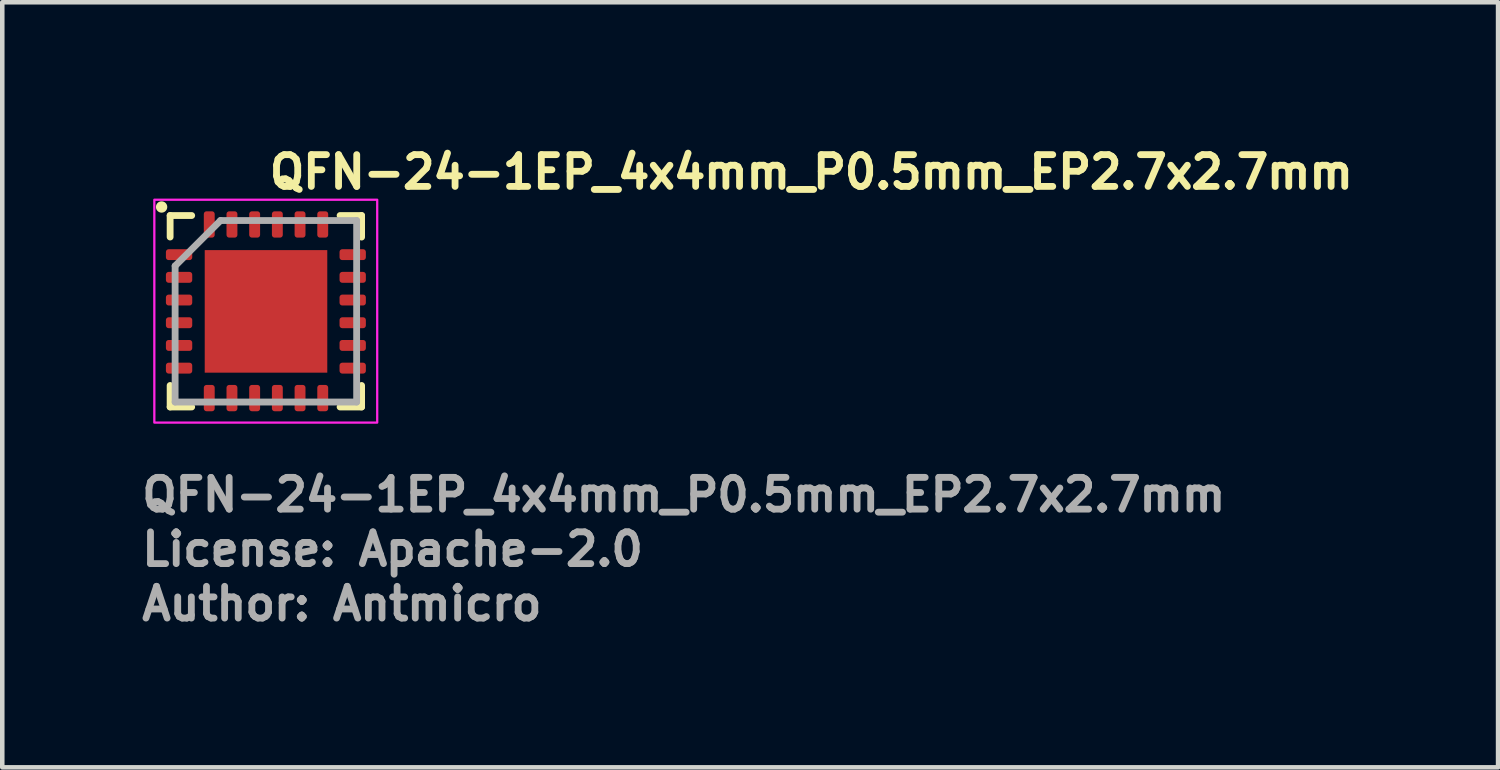
<source format=kicad_pcb>
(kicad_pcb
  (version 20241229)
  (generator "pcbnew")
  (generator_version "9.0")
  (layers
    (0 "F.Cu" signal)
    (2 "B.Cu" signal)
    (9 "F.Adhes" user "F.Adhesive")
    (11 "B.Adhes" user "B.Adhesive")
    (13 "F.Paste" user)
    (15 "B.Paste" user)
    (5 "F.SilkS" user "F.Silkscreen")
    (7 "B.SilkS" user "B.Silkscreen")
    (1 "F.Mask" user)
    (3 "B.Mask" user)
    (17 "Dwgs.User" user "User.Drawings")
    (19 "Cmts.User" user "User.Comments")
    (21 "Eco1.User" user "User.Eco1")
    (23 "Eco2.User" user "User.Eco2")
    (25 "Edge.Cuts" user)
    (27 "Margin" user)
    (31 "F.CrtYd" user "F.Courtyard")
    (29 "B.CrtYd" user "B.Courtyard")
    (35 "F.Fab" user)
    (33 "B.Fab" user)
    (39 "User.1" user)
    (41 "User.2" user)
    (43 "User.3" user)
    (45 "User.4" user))
  (footprint "QFN-24-1EP_4x4mm_P0.5mm_EP2.7x2.7mm"
    (layer "F.Cu")
    (at 2.81 3.81)
    (property "Reference" "QFN-24-1EP_4x4mm_P0.5mm_EP2.7x2.7mm" (at 0 -2.66 0) (layer "F.SilkS") (effects (font (size 0.7 0.7) (thickness 0.15)) (justify left bottom)))
    (attr smd)
    (fp_line (start -2.112 -1.638) (end -2.112 -2.112) (stroke (width 0.15) (type solid)) (layer "F.SilkS"))
    (fp_line (start -2.112 2.106) (end -2.112 1.632) (stroke (width 0.15) (type solid)) (layer "F.SilkS"))
    (fp_line (start -1.637 -2.112) (end -2.112 -2.112) (stroke (width 0.15) (type solid)) (layer "F.SilkS"))
    (fp_line (start -1.637 2.106) (end -2.112 2.106) (stroke (width 0.15) (type solid)) (layer "F.SilkS"))
    (fp_line (start 1.632 -2.112) (end 2.106 -2.112) (stroke (width 0.15) (type solid)) (layer "F.SilkS"))
    (fp_line (start 1.632 2.106) (end 2.106 2.106) (stroke (width 0.15) (type solid)) (layer "F.SilkS"))
    (fp_line (start 2.106 -2.112) (end 2.106 -1.637) (stroke (width 0.15) (type solid)) (layer "F.SilkS"))
    (fp_line (start 2.106 2.106) (end 2.106 1.632) (stroke (width 0.15) (type solid)) (layer "F.SilkS"))
    (fp_circle (center -2.3 -2.3) (end -2.25 -2.3) (stroke (width 0.15) (type solid)) (fill yes) (layer "F.SilkS"))
    (fp_rect (start -2.46 -2.46) (end 2.45 2.45) (stroke (width 0.05) (type solid)) (fill no) (layer "F.CrtYd"))
    (fp_line (start -2.002 -1.002) (end -1.002 -2.002) (stroke (width 0.15) (type solid)) (layer "F.Fab"))
    (fp_line (start -2.002 1.997) (end -2.002 -1.002) (stroke (width 0.15) (type solid)) (layer "F.Fab"))
    (fp_line (start -1.002 -2.002) (end 1.997 -2.002) (stroke (width 0.15) (type solid)) (layer "F.Fab"))
    (fp_line (start 1.997 -2.002) (end 1.997 1.997) (stroke (width 0.15) (type solid)) (layer "F.Fab"))
    (fp_line (start 1.997 1.997) (end -2.002 1.997) (stroke (width 0.15) (type solid)) (layer "F.Fab"))
    (fp_rect (start -2.002 -2.002) (end 2.001 2.001) (stroke (width 0.1) (type solid)) (fill no) (layer "User.5"))
    (fp_line (start -2.002 -1.366) (end -2.001 -1.366) (stroke (width 0.02) (type solid)) (layer "User.9"))
    (fp_line (start -2.002 -1.136) (end -2.002 -1.366) (stroke (width 0.02) (type solid)) (layer "User.9"))
    (fp_line (start -2.002 -0.865) (end -2.001 -0.865) (stroke (width 0.02) (type solid)) (layer "User.9"))
    (fp_line (start -2.002 -0.635) (end -2.002 -0.865) (stroke (width 0.02) (type solid)) (layer "User.9"))
    (fp_line (start -2.002 -0.365) (end -2.001 -0.365) (stroke (width 0.02) (type solid)) (layer "User.9"))
    (fp_line (start -2.002 -0.137) (end -2.002 -0.365) (stroke (width 0.02) (type solid)) (layer "User.9"))
    (fp_line (start -2.002 0.135) (end -2.001 0.135) (stroke (width 0.02) (type solid)) (layer "User.9"))
    (fp_line (start -2.002 0.363) (end -2.002 0.135) (stroke (width 0.02) (type solid)) (layer "User.9"))
    (fp_line (start -2.002 0.633) (end -2.001 0.633) (stroke (width 0.02) (type solid)) (layer "User.9"))
    (fp_line (start -2.002 0.863) (end -2.002 0.633) (stroke (width 0.02) (type solid)) (layer "User.9"))
    (fp_line (start -2.002 1.133) (end -2.001 1.133) (stroke (width 0.02) (type solid)) (layer "User.9"))
    (fp_line (start -2.002 1.363) (end -2.002 1.133) (stroke (width 0.02) (type solid)) (layer "User.9"))
    (fp_line (start -2.001 -2.001) (end -2.001 1.998) (stroke (width 0.02) (type solid)) (layer "User.9"))
    (fp_line (start -2.001 -1.136) (end -2.002 -1.136) (stroke (width 0.02) (type solid)) (layer "User.9"))
    (fp_line (start -2.001 -0.635) (end -2.002 -0.635) (stroke (width 0.02) (type solid)) (layer "User.9"))
    (fp_line (start -2.001 -0.137) (end -2.002 -0.137) (stroke (width 0.02) (type solid)) (layer "User.9"))
    (fp_line (start -2.001 0.363) (end -2.002 0.363) (stroke (width 0.02) (type solid)) (layer "User.9"))
    (fp_line (start -2.001 0.863) (end -2.002 0.863) (stroke (width 0.02) (type solid)) (layer "User.9"))
    (fp_line (start -2.001 1.363) (end -2.002 1.363) (stroke (width 0.02) (type solid)) (layer "User.9"))
    (fp_line (start -2.001 1.998) (end 1.998 1.998) (stroke (width 0.02) (type solid)) (layer "User.9"))
    (fp_line (start -1.366 -2.002) (end -1.136 -2.002) (stroke (width 0.02) (type solid)) (layer "User.9"))
    (fp_line (start -1.366 -2.001) (end -1.366 -2.002) (stroke (width 0.02) (type solid)) (layer "User.9"))
    (fp_line (start -1.366 1.998) (end -1.366 2.001) (stroke (width 0.02) (type solid)) (layer "User.9"))
    (fp_line (start -1.366 2.001) (end -1.136 2.001) (stroke (width 0.02) (type solid)) (layer "User.9"))
    (fp_line (start -1.136 -2.002) (end -1.136 -2.001) (stroke (width 0.02) (type solid)) (layer "User.9"))
    (fp_line (start -1.136 2.001) (end -1.136 1.998) (stroke (width 0.02) (type solid)) (layer "User.9"))
    (fp_line (start -0.865 -2.002) (end -0.635 -2.002) (stroke (width 0.02) (type solid)) (layer "User.9"))
    (fp_line (start -0.865 -2.001) (end -0.865 -2.002) (stroke (width 0.02) (type solid)) (layer "User.9"))
    (fp_line (start -0.865 1.998) (end -0.865 2.001) (stroke (width 0.02) (type solid)) (layer "User.9"))
    (fp_line (start -0.865 2.001) (end -0.635 2.001) (stroke (width 0.02) (type solid)) (layer "User.9"))
    (fp_line (start -0.635 -2.002) (end -0.635 -2.001) (stroke (width 0.02) (type solid)) (layer "User.9"))
    (fp_line (start -0.635 2.001) (end -0.635 1.998) (stroke (width 0.02) (type solid)) (layer "User.9"))
    (fp_line (start -0.365 -2.002) (end -0.137 -2.002) (stroke (width 0.02) (type solid)) (layer "User.9"))
    (fp_line (start -0.365 -2.001) (end -0.365 -2.002) (stroke (width 0.02) (type solid)) (layer "User.9"))
    (fp_line (start -0.365 1.998) (end -0.365 2.001) (stroke (width 0.02) (type solid)) (layer "User.9"))
    (fp_line (start -0.365 2.001) (end -0.137 2.001) (stroke (width 0.02) (type solid)) (layer "User.9"))
    (fp_line (start -0.137 -2.002) (end -0.137 -2.001) (stroke (width 0.02) (type solid)) (layer "User.9"))
    (fp_line (start -0.137 2.001) (end -0.137 1.998) (stroke (width 0.02) (type solid)) (layer "User.9"))
    (fp_line (start 0.135 -2.002) (end 0.363 -2.002) (stroke (width 0.02) (type solid)) (layer "User.9"))
    (fp_line (start 0.135 -2.001) (end 0.135 -2.002) (stroke (width 0.02) (type solid)) (layer "User.9"))
    (fp_line (start 0.135 1.998) (end 0.135 2.001) (stroke (width 0.02) (type solid)) (layer "User.9"))
    (fp_line (start 0.135 2.001) (end 0.363 2.001) (stroke (width 0.02) (type solid)) (layer "User.9"))
    (fp_line (start 0.363 -2.002) (end 0.363 -2.001) (stroke (width 0.02) (type solid)) (layer "User.9"))
    (fp_line (start 0.363 2.001) (end 0.363 1.998) (stroke (width 0.02) (type solid)) (layer "User.9"))
    (fp_line (start 0.633 -2.002) (end 0.863 -2.002) (stroke (width 0.02) (type solid)) (layer "User.9"))
    (fp_line (start 0.633 -2.001) (end 0.633 -2.002) (stroke (width 0.02) (type solid)) (layer "User.9"))
    (fp_line (start 0.633 1.998) (end 0.633 2.001) (stroke (width 0.02) (type solid)) (layer "User.9"))
    (fp_line (start 0.633 2.001) (end 0.863 2.001) (stroke (width 0.02) (type solid)) (layer "User.9"))
    (fp_line (start 0.863 -2.002) (end 0.863 -2.001) (stroke (width 0.02) (type solid)) (layer "User.9"))
    (fp_line (start 0.863 2.001) (end 0.863 1.998) (stroke (width 0.02) (type solid)) (layer "User.9"))
    (fp_line (start 1.133 -2.002) (end 1.363 -2.002) (stroke (width 0.02) (type solid)) (layer "User.9"))
    (fp_line (start 1.133 -2.001) (end 1.133 -2.002) (stroke (width 0.02) (type solid)) (layer "User.9"))
    (fp_line (start 1.133 1.998) (end 1.133 2.001) (stroke (width 0.02) (type solid)) (layer "User.9"))
    (fp_line (start 1.133 2.001) (end 1.363 2.001) (stroke (width 0.02) (type solid)) (layer "User.9"))
    (fp_line (start 1.363 -2.002) (end 1.363 -2.001) (stroke (width 0.02) (type solid)) (layer "User.9"))
    (fp_line (start 1.363 2.001) (end 1.363 1.998) (stroke (width 0.02) (type solid)) (layer "User.9"))
    (fp_line (start 1.998 -2.001) (end -2.001 -2.001) (stroke (width 0.02) (type solid)) (layer "User.9"))
    (fp_line (start 1.998 -1.136) (end 2.001 -1.136) (stroke (width 0.02) (type solid)) (layer "User.9"))
    (fp_line (start 1.998 -0.635) (end 2.001 -0.635) (stroke (width 0.02) (type solid)) (layer "User.9"))
    (fp_line (start 1.998 -0.137) (end 2.001 -0.137) (stroke (width 0.02) (type solid)) (layer "User.9"))
    (fp_line (start 1.998 0.363) (end 2.001 0.363) (stroke (width 0.02) (type solid)) (layer "User.9"))
    (fp_line (start 1.998 0.863) (end 2.001 0.863) (stroke (width 0.02) (type solid)) (layer "User.9"))
    (fp_line (start 1.998 1.363) (end 2.001 1.363) (stroke (width 0.02) (type solid)) (layer "User.9"))
    (fp_line (start 1.998 1.998) (end 1.998 -2.001) (stroke (width 0.02) (type solid)) (layer "User.9"))
    (fp_line (start 2.001 -1.366) (end 1.998 -1.366) (stroke (width 0.02) (type solid)) (layer "User.9"))
    (fp_line (start 2.001 -1.136) (end 2.001 -1.366) (stroke (width 0.02) (type solid)) (layer "User.9"))
    (fp_line (start 2.001 -0.865) (end 1.998 -0.865) (stroke (width 0.02) (type solid)) (layer "User.9"))
    (fp_line (start 2.001 -0.635) (end 2.001 -0.865) (stroke (width 0.02) (type solid)) (layer "User.9"))
    (fp_line (start 2.001 -0.365) (end 1.998 -0.365) (stroke (width 0.02) (type solid)) (layer "User.9"))
    (fp_line (start 2.001 -0.137) (end 2.001 -0.365) (stroke (width 0.02) (type solid)) (layer "User.9"))
    (fp_line (start 2.001 0.135) (end 1.998 0.135) (stroke (width 0.02) (type solid)) (layer "User.9"))
    (fp_line (start 2.001 0.363) (end 2.001 0.135) (stroke (width 0.02) (type solid)) (layer "User.9"))
    (fp_line (start 2.001 0.633) (end 1.998 0.633) (stroke (width 0.02) (type solid)) (layer "User.9"))
    (fp_line (start 2.001 0.863) (end 2.001 0.633) (stroke (width 0.02) (type solid)) (layer "User.9"))
    (fp_line (start 2.001 1.133) (end 1.998 1.133) (stroke (width 0.02) (type solid)) (layer "User.9"))
    (fp_line (start 2.001 1.363) (end 2.001 1.133) (stroke (width 0.02) (type solid)) (layer "User.9"))
    (fp_circle (center -1.5 -1.5) (end -1.401 -1.5) (stroke (width 0.02) (type default)) (fill no) (layer "User.9"))
    (fp_text user "${REFERENCE}" (at -2.81 4.45 0) (layer "F.Fab") (effects (font (size 0.7 0.7) (thickness 0.15)) (justify left bottom)))
    (fp_text user "Author: Antmicro" (at -2.81 6.85 0) (layer "F.Fab") (effects (font (size 0.7 0.7) (thickness 0.15)) (justify left bottom)))
    (fp_text user "License: Apache-2.0" (at -2.81 5.65 0) (layer "F.Fab") (effects (font (size 0.7 0.7) (thickness 0.15)) (justify left bottom)))
    (pad "" smd roundrect (at -0.655 -0.655) (size 1.188 1.188) (layers "F.Paste") (roundrect_rratio 0.238))
    (pad "" smd roundrect (at -0.655 0.65) (size 1.188 1.188) (layers "F.Paste") (roundrect_rratio 0.238))
    (pad "" smd roundrect (at 0.65 -0.655) (size 1.188 1.188) (layers "F.Paste") (roundrect_rratio 0.238))
    (pad "" smd roundrect (at 0.65 0.65) (size 1.188 1.188) (layers "F.Paste") (roundrect_rratio 0.238))
    (pad "1" smd roundrect (at -1.915 -1.25) (size 0.58 0.24) (layers "F.Cu" "F.Mask" "F.Paste") (roundrect_rratio 0.25))
    (pad "2" smd roundrect (at -1.915 -0.75) (size 0.58 0.24) (layers "F.Cu" "F.Mask" "F.Paste") (roundrect_rratio 0.25))
    (pad "3" smd roundrect (at -1.915 -0.25) (size 0.58 0.24) (layers "F.Cu" "F.Mask" "F.Paste") (roundrect_rratio 0.25))
    (pad "4" smd roundrect (at -1.915 0.25) (size 0.58 0.24) (layers "F.Cu" "F.Mask" "F.Paste") (roundrect_rratio 0.25))
    (pad "5" smd roundrect (at -1.915 0.75) (size 0.58 0.24) (layers "F.Cu" "F.Mask" "F.Paste") (roundrect_rratio 0.25))
    (pad "6" smd roundrect (at -1.915 1.25) (size 0.58 0.24) (layers "F.Cu" "F.Mask" "F.Paste") (roundrect_rratio 0.25))
    (pad "7" smd roundrect (at -1.25 1.91) (size 0.24 0.58) (layers "F.Cu" "F.Mask" "F.Paste") (roundrect_rratio 0.25))
    (pad "8" smd roundrect (at -0.75 1.91) (size 0.24 0.58) (layers "F.Cu" "F.Mask" "F.Paste") (roundrect_rratio 0.25))
    (pad "9" smd roundrect (at -0.25 1.91) (size 0.24 0.58) (layers "F.Cu" "F.Mask" "F.Paste") (roundrect_rratio 0.25))
    (pad "10" smd roundrect (at 0.25 1.91) (size 0.24 0.58) (layers "F.Cu" "F.Mask" "F.Paste") (roundrect_rratio 0.25))
    (pad "11" smd roundrect (at 0.75 1.91) (size 0.24 0.58) (layers "F.Cu" "F.Mask" "F.Paste") (roundrect_rratio 0.25))
    (pad "12" smd roundrect (at 1.25 1.91) (size 0.24 0.58) (layers "F.Cu" "F.Mask" "F.Paste") (roundrect_rratio 0.25))
    (pad "13" smd roundrect (at 1.91 1.25) (size 0.58 0.24) (layers "F.Cu" "F.Mask" "F.Paste") (roundrect_rratio 0.25))
    (pad "14" smd roundrect (at 1.91 0.75) (size 0.58 0.24) (layers "F.Cu" "F.Mask" "F.Paste") (roundrect_rratio 0.25))
    (pad "15" smd roundrect (at 1.91 0.25) (size 0.58 0.24) (layers "F.Cu" "F.Mask" "F.Paste") (roundrect_rratio 0.25))
    (pad "16" smd roundrect (at 1.91 -0.25) (size 0.58 0.24) (layers "F.Cu" "F.Mask" "F.Paste") (roundrect_rratio 0.25))
    (pad "17" smd roundrect (at 1.91 -0.75) (size 0.58 0.24) (layers "F.Cu" "F.Mask" "F.Paste") (roundrect_rratio 0.25))
    (pad "18" smd roundrect (at 1.91 -1.25) (size 0.58 0.24) (layers "F.Cu" "F.Mask" "F.Paste") (roundrect_rratio 0.25))
    (pad "19" smd roundrect (at 1.25 -1.915) (size 0.24 0.58) (layers "F.Cu" "F.Mask" "F.Paste") (roundrect_rratio 0.25))
    (pad "20" smd roundrect (at 0.75 -1.915) (size 0.24 0.58) (layers "F.Cu" "F.Mask" "F.Paste") (roundrect_rratio 0.25))
    (pad "21" smd roundrect (at 0.25 -1.915) (size 0.24 0.58) (layers "F.Cu" "F.Mask" "F.Paste") (roundrect_rratio 0.25))
    (pad "22" smd roundrect (at -0.25 -1.915) (size 0.24 0.58) (layers "F.Cu" "F.Mask" "F.Paste") (roundrect_rratio 0.25))
    (pad "23" smd roundrect (at -0.75 -1.915) (size 0.24 0.58) (layers "F.Cu" "F.Mask" "F.Paste") (roundrect_rratio 0.25))
    (pad "24" smd roundrect (at -1.25 -1.915) (size 0.24 0.58) (layers "F.Cu" "F.Mask" "F.Paste") (roundrect_rratio 0.25))
    (pad "25" smd rect (at 0 0) (size 2.7 2.7) (layers "F.Cu" "F.Mask")))
  (gr_rect
    (start -3 -3)
    (end 29.953 13.855)
    (stroke (width 0.1) (type default))
    (fill no)
    (layer "Edge.Cuts")))
</source>
